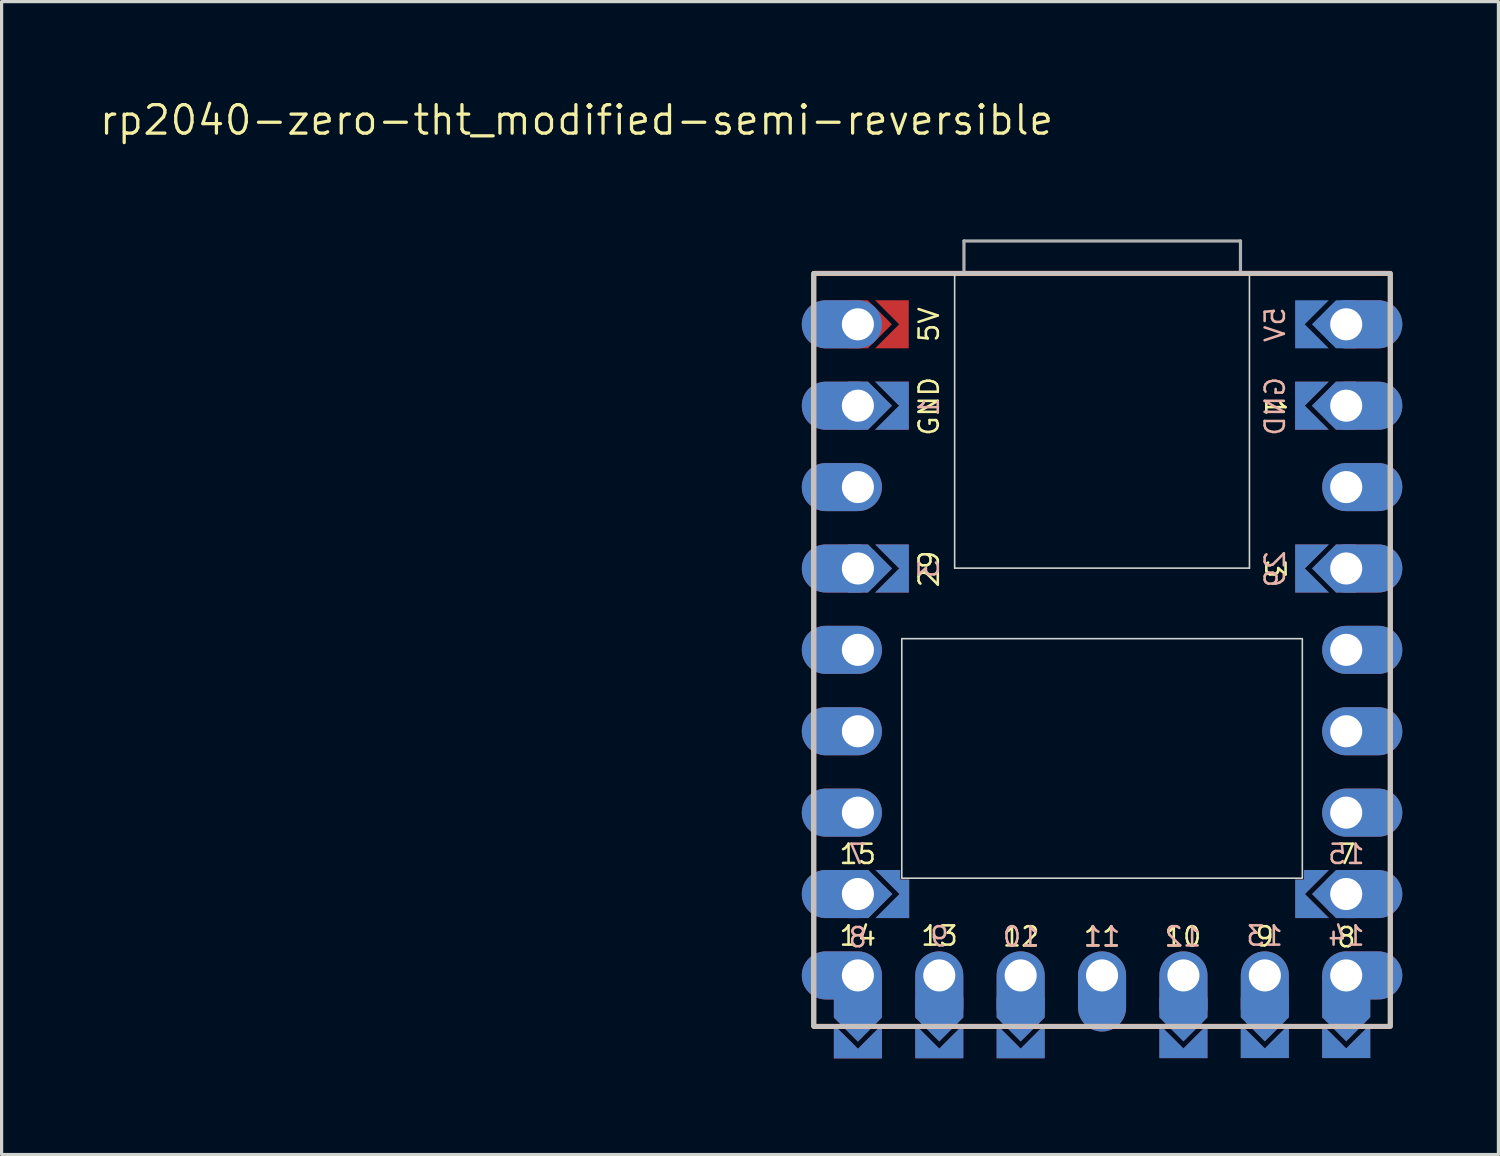
<source format=kicad_pcb>
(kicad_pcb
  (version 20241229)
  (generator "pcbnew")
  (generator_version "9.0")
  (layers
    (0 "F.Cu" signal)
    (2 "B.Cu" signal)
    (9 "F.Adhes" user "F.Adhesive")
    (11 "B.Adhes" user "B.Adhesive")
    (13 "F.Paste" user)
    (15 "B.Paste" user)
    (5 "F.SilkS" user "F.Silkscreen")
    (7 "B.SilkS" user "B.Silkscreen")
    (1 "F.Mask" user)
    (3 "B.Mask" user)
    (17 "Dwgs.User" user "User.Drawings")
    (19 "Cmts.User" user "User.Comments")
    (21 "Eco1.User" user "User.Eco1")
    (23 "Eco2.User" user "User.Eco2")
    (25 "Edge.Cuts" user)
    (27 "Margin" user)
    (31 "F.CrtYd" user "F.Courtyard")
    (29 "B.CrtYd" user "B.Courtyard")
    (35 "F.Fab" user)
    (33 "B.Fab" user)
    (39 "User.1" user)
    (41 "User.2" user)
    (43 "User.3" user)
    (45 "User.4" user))
  (footprint "rp2040-zero-tht_modified-semi-reversible"
    (layer "F.Cu")
    (at 31.343 17.231)
    (property "Reference" "rp2040-zero-tht_modified-semi-reversible" (at -16.399 -16.533 0) (layer "F.SilkS") (effects (font (size 0.889 0.889) (thickness 0.102))))
    (attr smd exclude_from_pos_files)
    (fp_rect (start -8.27 12.6) (end -6.97 11.475) (stroke (width 0.1) (type default)) (fill yes) (layer "F.Mask"))
    (fp_rect (start -7.305 -3.19) (end -6.18 -1.89) (stroke (width 0.1) (type default)) (fill yes) (layer "F.Mask"))
    (fp_rect (start -6.35 8.27) (end -7.295 6.97) (stroke (width 0.1) (type default)) (fill yes) (layer "F.Mask"))
    (fp_rect (start -6.183 -9.51) (end -7.308 -10.81) (stroke (width 0.1) (type default)) (fill yes) (layer "F.Mask"))
    (fp_rect (start -6.183 -6.97) (end -7.308 -8.27) (stroke (width 0.1) (type default)) (fill yes) (layer "F.Mask"))
    (fp_rect (start -5.73 12.595) (end -4.43 11.47) (stroke (width 0.1) (type default)) (fill yes) (layer "F.Mask"))
    (fp_rect (start -3.19 12.595) (end -1.89 11.47) (stroke (width 0.1) (type default)) (fill yes) (layer "F.Mask"))
    (fp_rect (start 1.89 12.592) (end 3.19 11.467) (stroke (width 0.1) (type default)) (fill yes) (layer "F.Mask"))
    (fp_rect (start 4.43 12.59) (end 5.73 11.465) (stroke (width 0.1) (type default)) (fill yes) (layer "F.Mask"))
    (fp_rect (start 6.175 -8.27) (end 7.3 -6.97) (stroke (width 0.1) (type default)) (fill yes) (layer "F.Mask"))
    (fp_rect (start 6.178 -3.19) (end 7.303 -1.89) (stroke (width 0.1) (type default)) (fill yes) (layer "F.Mask"))
    (fp_rect (start 6.35 6.97) (end 7.305 8.27) (stroke (width 0.1) (type default)) (fill yes) (layer "F.Mask"))
    (fp_rect (start 6.97 12.59) (end 8.27 11.465) (stroke (width 0.1) (type default)) (fill yes) (layer "F.Mask"))
    (fp_rect (start -8.27 12.6) (end -6.97 11.475) (stroke (width 0.1) (type default)) (fill yes) (layer "B.Mask"))
    (fp_rect (start -7.305 -3.19) (end -6.18 -1.89) (stroke (width 0.1) (type default)) (fill yes) (layer "B.Mask"))
    (fp_rect (start -6.35 8.27) (end -7.295 6.97) (stroke (width 0.1) (type default)) (fill yes) (layer "B.Mask"))
    (fp_rect (start -6.183 -6.97) (end -7.308 -8.27) (stroke (width 0.1) (type default)) (fill yes) (layer "B.Mask"))
    (fp_rect (start -5.73 12.595) (end -4.43 11.47) (stroke (width 0.1) (type default)) (fill yes) (layer "B.Mask"))
    (fp_rect (start -3.19 12.595) (end -1.89 11.47) (stroke (width 0.1) (type default)) (fill yes) (layer "B.Mask"))
    (fp_rect (start 1.89 12.592) (end 3.19 11.467) (stroke (width 0.1) (type default)) (fill yes) (layer "B.Mask"))
    (fp_rect (start 4.43 12.59) (end 5.73 11.465) (stroke (width 0.1) (type default)) (fill yes) (layer "B.Mask"))
    (fp_rect (start 6.175 -10.81) (end 7.3 -9.51) (stroke (width 0.1) (type default)) (fill yes) (layer "B.Mask"))
    (fp_rect (start 6.175 -8.27) (end 7.3 -6.97) (stroke (width 0.1) (type default)) (fill yes) (layer "B.Mask"))
    (fp_rect (start 6.178 -3.19) (end 7.303 -1.89) (stroke (width 0.1) (type default)) (fill yes) (layer "B.Mask"))
    (fp_rect (start 6.35 6.97) (end 7.305 8.27) (stroke (width 0.1) (type default)) (fill yes) (layer "B.Mask"))
    (fp_rect (start 6.97 12.59) (end 8.27 11.465) (stroke (width 0.1) (type default)) (fill yes) (layer "B.Mask"))
    (fp_rect (start -9 -11.75) (end 8.99 11.75) (stroke (width 0.15) (type default)) (fill no) (layer "F.SilkS"))
    (fp_rect (start -8.99 -11.75) (end 9 11.75) (stroke (width 0.15) (type default)) (fill no) (layer "B.SilkS"))
    (fp_rect (start -9 -11.75) (end 9 11.75) (stroke (width 0.12) (type solid)) (fill no) (layer "Dwgs.User"))
    (fp_line (start -4.6 -11.75) (end -4.6 -2.55) (stroke (width 0.05) (type default)) (layer "Edge.Cuts"))
    (fp_line (start 4.6 -2.55) (end -4.6 -2.55) (stroke (width 0.05) (type default)) (layer "Edge.Cuts"))
    (fp_line (start 4.6 -2.55) (end 4.6 -11.75) (stroke (width 0.05) (type default)) (layer "Edge.Cuts"))
    (fp_rect (start -6.25 -0.35) (end 6.25 7.125) (stroke (width 0.05) (type default)) (fill no) (layer "Edge.Cuts"))
    (fp_line (start -4.31 -12.76) (end -4.31 -11.76) (stroke (width 0.1) (type solid)) (layer "F.Fab"))
    (fp_line (start -4.31 -12.76) (end 4.32 -12.76) (stroke (width 0.1) (type solid)) (layer "F.Fab"))
    (fp_line (start 4.32 -12.76) (end 4.32 -11.76) (stroke (width 0.1) (type solid)) (layer "F.Fab"))
    (fp_text user "5V" (at -5.4 -10.15 90) (layer "F.SilkS") (effects (font (size 0.6 0.6) (thickness 0.08))))
    (fp_text user "3" (at 5.4 -2.525 270) (unlocked yes) (layer "F.SilkS") (effects (font (size 0.6 0.6) (thickness 0.08))))
    (fp_text user "8" (at 7.625 8.975 0) (layer "F.SilkS") (effects (font (size 0.6 0.6) (thickness 0.08))))
    (fp_text user "1" (at 5.4 -7.575 270) (unlocked yes) (layer "F.SilkS") (effects (font (size 0.6 0.6) (thickness 0.08))))
    (fp_text user "12" (at -2.525 8.95 0) (layer "F.SilkS") (effects (font (size 0.6 0.6) (thickness 0.08))))
    (fp_text user "13" (at -5.075 8.925 0) (layer "F.SilkS") (effects (font (size 0.6 0.6) (thickness 0.08))))
    (fp_text user "9" (at 5.075 8.95 0) (layer "F.SilkS") (effects (font (size 0.6 0.6) (thickness 0.08))))
    (fp_text user "GND" (at -5.4 -7.6 90) (layer "F.SilkS") (effects (font (size 0.6 0.6) (thickness 0.08))))
    (fp_text user "15" (at -7.625 6.375 180) (layer "F.SilkS") (effects (font (size 0.6 0.6) (thickness 0.08))))
    (fp_text user "11" (at 0 8.95 0) (layer "F.SilkS") (effects (font (size 0.6 0.6) (thickness 0.08))))
    (fp_text user "10" (at 2.525 8.95 0) (layer "F.SilkS") (effects (font (size 0.6 0.6) (thickness 0.08))))
    (fp_text user "29" (at -5.4 -2.525 90) (layer "F.SilkS") (effects (font (size 0.6 0.6) (thickness 0.08))))
    (fp_text user "14" (at -7.625 8.925 0) (layer "F.SilkS") (effects (font (size 0.6 0.6) (thickness 0.08))))
    (fp_text user "7" (at 7.625 6.375 0) (layer "F.SilkS") (effects (font (size 0.6 0.6) (thickness 0.08))))
    (fp_text user "14" (at 7.625 8.925 0) (layer "B.SilkS") (effects (font (size 0.6 0.6) (thickness 0.08)) (justify mirror)))
    (fp_text user "7" (at -7.625 6.375 0) (layer "B.SilkS") (effects (font (size 0.6 0.6) (thickness 0.08)) (justify mirror)))
    (fp_text user "10" (at -2.525 8.95 0) (layer "B.SilkS") (effects (font (size 0.6 0.6) (thickness 0.08)) (justify mirror)))
    (fp_text user "11" (at 0 8.95 0) (layer "B.SilkS") (effects (font (size 0.6 0.6) (thickness 0.08)) (justify mirror)))
    (fp_text user "15" (at 7.625 6.375 180) (layer "B.SilkS") (effects (font (size 0.6 0.6) (thickness 0.08)) (justify mirror)))
    (fp_text user "5V" (at 5.4 -10.15 270) (layer "B.SilkS") (effects (font (size 0.6 0.6) (thickness 0.08)) (justify mirror)))
    (fp_text user "3" (at -5.4 -2.525 90) (unlocked yes) (layer "B.SilkS") (effects (font (size 0.6 0.6) (thickness 0.08)) (justify mirror)))
    (fp_text user "9" (at -5.075 8.95 0) (layer "B.SilkS") (effects (font (size 0.6 0.6) (thickness 0.08)) (justify mirror)))
    (fp_text user "GND" (at 5.4 -7.6 270) (layer "B.SilkS") (effects (font (size 0.6 0.6) (thickness 0.08)) (justify mirror)))
    (fp_text user "12" (at 2.525 8.95 0) (layer "B.SilkS") (effects (font (size 0.6 0.6) (thickness 0.08)) (justify mirror)))
    (fp_text user "29" (at 5.4 -2.525 270) (layer "B.SilkS") (effects (font (size 0.6 0.6) (thickness 0.08)) (justify mirror)))
    (fp_text user "8" (at -7.625 8.975 0) (layer "B.SilkS") (effects (font (size 0.6 0.6) (thickness 0.08)) (justify mirror)))
    (fp_text user "1" (at -5.4 -7.575 90) (unlocked yes) (layer "B.SilkS") (effects (font (size 0.6 0.6) (thickness 0.08)) (justify mirror)))
    (fp_text user "13" (at 5.075 8.925 0) (layer "B.SilkS") (effects (font (size 0.6 0.6) (thickness 0.08)) (justify mirror)))
    (pad "" thru_hole oval (at -7.62 -10.16) (size 2.5 1.5) (drill 1 (offset -0.5 0)) (layers "*.Cu" "*.Mask"))
    (pad "" thru_hole oval (at -7.62 -7.62) (size 2.5 1.5) (drill 1 (offset -0.5 0)) (layers "*.Cu" "*.Mask"))
    (pad "" thru_hole oval (at -7.62 -5.08) (size 2.5 1.5) (drill 1 (offset -0.5 0)) (layers "*.Cu" "*.Mask"))
    (pad "" thru_hole oval (at -7.62 -2.54) (size 2.5 1.5) (drill 1 (offset -0.5 0)) (layers "*.Cu" "*.Mask"))
    (pad "" thru_hole oval (at -7.62 0) (size 2.5 1.5) (drill 1 (offset -0.5 0)) (layers "*.Cu" "*.Mask"))
    (pad "" thru_hole oval (at -7.62 2.54) (size 2.5 1.5) (drill 1 (offset -0.5 0)) (layers "*.Cu" "*.Mask"))
    (pad "" thru_hole oval (at -7.62 5.08) (size 2.5 1.5) (drill 1 (offset -0.5 0)) (layers "*.Cu" "*.Mask"))
    (pad "" thru_hole oval (at -7.62 7.62) (size 2.5 1.5) (drill 1 (offset -0.5 0)) (layers "*.Cu" "*.Mask"))
    (pad "" thru_hole oval (at -7.62 10.16) (size 2.5 1.5) (drill 1 (offset -0.5 0)) (layers "*.Cu" "*.Mask"))
    (pad "" smd custom (at -7.62 11.675) (size 0.1 0.1) (layers "F.Cu" "F.Mask") (options (anchor rect)) (primitives (gr_poly (pts (xy 0.75 -0.2) (xy 0 0.55) (xy -0.75 -0.2) (xy -0.75 -1.515) (xy 0.75 -1.515)) (width 0) (fill yes))))
    (pad "" smd custom (at -7.62 11.675) (size 0.1 0.1) (layers "B.Cu" "B.Mask") (options (anchor rect)) (primitives (gr_poly (pts (xy -0.75 -0.2) (xy 0 0.55) (xy 0.75 -0.2) (xy 0.75 -1.515) (xy -0.75 -1.515)) (width 0) (fill yes))))
    (pad "" smd custom (at -7.107 -10.16 90) (size 0.1 0.1) (layers "F.Cu" "F.Mask") (options (anchor rect)) (primitives (gr_poly (pts (xy 0.75 -0.2) (xy 0 0.55) (xy -0.75 -0.2) (xy -0.75 -0.825) (xy 0.75 -0.825)) (width 0) (fill yes))))
    (pad "" smd custom (at -7.107 -7.62 90) (size 0.1 0.1) (layers "F.Cu" "F.Mask") (options (anchor rect)) (primitives (gr_poly (pts (xy 0.75 -0.2) (xy 0 0.55) (xy -0.75 -0.2) (xy -0.75 -0.825) (xy 0.75 -0.825)) (width 0) (fill yes))))
    (pad "" smd custom (at -7.107 -7.62 90) (size 0.1 0.1) (layers "B.Cu" "B.Mask") (options (anchor rect)) (primitives (gr_poly (pts (xy -0.75 -0.2) (xy 0 0.55) (xy 0.75 -0.2) (xy 0.75 -0.825) (xy -0.75 -0.825)) (width 0) (fill yes))))
    (pad "" smd custom (at -7.105 -2.54 90) (size 0.1 0.1) (layers "F.Cu" "F.Mask") (options (anchor rect)) (primitives (gr_poly (pts (xy 0.75 -0.2) (xy 0 0.55) (xy -0.75 -0.2) (xy -0.75 -0.825) (xy 0.75 -0.825)) (width 0) (fill yes))))
    (pad "" smd custom (at -7.105 -2.54 90) (size 0.1 0.1) (layers "B.Cu" "B.Mask") (options (anchor rect)) (primitives (gr_poly (pts (xy -0.75 -0.2) (xy 0 0.55) (xy 0.75 -0.2) (xy 0.75 -0.825) (xy -0.75 -0.825)) (width 0) (fill yes))))
    (pad "" smd custom (at -7.095 7.62 90) (size 0.1 0.1) (layers "F.Cu" "F.Mask") (options (anchor rect)) (primitives (gr_poly (pts (xy 0.75 -0.2) (xy 0 0.55) (xy -0.75 -0.2) (xy -0.75 -0.825) (xy 0.75 -0.825)) (width 0) (fill yes))))
    (pad "" smd custom (at -7.095 7.62 90) (size 0.1 0.1) (layers "B.Cu" "B.Mask") (options (anchor rect)) (primitives (gr_poly (pts (xy -0.75 -0.2) (xy 0 0.55) (xy 0.75 -0.2) (xy 0.75 -0.825) (xy -0.75 -0.825)) (width 0) (fill yes))))
    (pad "" thru_hole oval (at -5.08 10.16 90) (size 2.5 1.5) (drill 1 (offset -0.5 0)) (layers "*.Cu" "*.Mask"))
    (pad "" smd custom (at -5.08 11.67) (size 0.1 0.1) (layers "F.Cu" "F.Mask") (options (anchor rect)) (primitives (gr_poly (pts (xy 0.75 -0.2) (xy 0 0.55) (xy -0.75 -0.2) (xy -0.75 -0.825) (xy 0.75 -0.825)) (width 0) (fill yes))))
    (pad "" smd custom (at -5.08 11.67) (size 0.1 0.1) (layers "B.Cu" "B.Mask") (options (anchor rect)) (primitives (gr_poly (pts (xy -0.75 -0.2) (xy 0 0.55) (xy 0.75 -0.2) (xy 0.75 -0.825) (xy -0.75 -0.825)) (width 0) (fill yes))))
    (pad "" thru_hole oval (at -2.54 10.16 90) (size 2.5 1.5) (drill 1 (offset -0.5 0)) (layers "*.Cu" "*.Mask"))
    (pad "" smd custom (at -2.54 11.67) (size 0.1 0.1) (layers "F.Cu" "F.Mask") (options (anchor rect)) (primitives (gr_poly (pts (xy 0.75 -0.2) (xy 0 0.55) (xy -0.75 -0.2) (xy -0.75 -0.825) (xy 0.75 -0.825)) (width 0) (fill yes))))
    (pad "" smd custom (at -2.54 11.67) (size 0.1 0.1) (layers "B.Cu" "B.Mask") (options (anchor rect)) (primitives (gr_poly (pts (xy -0.75 -0.2) (xy 0 0.55) (xy 0.75 -0.2) (xy 0.75 -0.825) (xy -0.75 -0.825)) (width 0) (fill yes))))
    (pad "" thru_hole oval (at 2.54 10.16 90) (size 2.5 1.5) (drill 1 (offset -0.5 0)) (layers "*.Cu" "*.Mask"))
    (pad "" smd custom (at 2.54 11.668) (size 0.1 0.1) (layers "F.Cu" "F.Mask") (options (anchor rect)) (primitives (gr_poly (pts (xy 0.75 -0.2) (xy 0 0.55) (xy -0.75 -0.2) (xy -0.75 -0.825) (xy 0.75 -0.825)) (width 0) (fill yes))))
    (pad "" smd custom (at 2.54 11.668) (size 0.1 0.1) (layers "B.Cu" "B.Mask") (options (anchor rect)) (primitives (gr_poly (pts (xy -0.75 -0.2) (xy 0 0.55) (xy 0.75 -0.2) (xy 0.75 -0.825) (xy -0.75 -0.825)) (width 0) (fill yes))))
    (pad "" thru_hole oval (at 5.08 10.16 90) (size 2.5 1.5) (drill 1 (offset -0.5 0)) (layers "*.Cu" "*.Mask"))
    (pad "" smd custom (at 5.08 11.665) (size 0.1 0.1) (layers "F.Cu" "F.Mask") (options (anchor rect)) (primitives (gr_poly (pts (xy 0.75 -0.2) (xy 0 0.55) (xy -0.75 -0.2) (xy -0.75 -0.825) (xy 0.75 -0.825)) (width 0) (fill yes))))
    (pad "" smd custom (at 5.08 11.665) (size 0.1 0.1) (layers "B.Cu" "B.Mask") (options (anchor rect)) (primitives (gr_poly (pts (xy -0.75 -0.2) (xy 0 0.55) (xy 0.75 -0.2) (xy 0.75 -0.825) (xy -0.75 -0.825)) (width 0) (fill yes))))
    (pad "" smd custom (at 7.1 -10.16 270) (size 0.1 0.1) (layers "B.Cu" "B.Mask") (options (anchor rect)) (primitives (gr_poly (pts (xy -0.75 -0.2) (xy 0 0.55) (xy 0.75 -0.2) (xy 0.75 -0.825) (xy -0.75 -0.825)) (width 0) (fill yes))))
    (pad "" smd custom (at 7.1 -7.62 270) (size 0.1 0.1) (layers "F.Cu" "F.Mask") (options (anchor rect)) (primitives (gr_poly (pts (xy 0.75 -0.2) (xy 0 0.55) (xy -0.75 -0.2) (xy -0.75 -0.825) (xy 0.75 -0.825)) (width 0) (fill yes))))
    (pad "" smd custom (at 7.1 -7.62 270) (size 0.1 0.1) (layers "B.Cu" "B.Mask") (options (anchor rect)) (primitives (gr_poly (pts (xy -0.75 -0.2) (xy 0 0.55) (xy 0.75 -0.2) (xy 0.75 -0.825) (xy -0.75 -0.825)) (width 0) (fill yes))))
    (pad "" smd custom (at 7.103 -2.54 270) (size 0.1 0.1) (layers "F.Cu" "F.Mask") (options (anchor rect)) (primitives (gr_poly (pts (xy 0.75 -0.2) (xy 0 0.55) (xy -0.75 -0.2) (xy -0.75 -0.825) (xy 0.75 -0.825)) (width 0) (fill yes))))
    (pad "" smd custom (at 7.103 -2.54 270) (size 0.1 0.1) (layers "B.Cu" "B.Mask") (options (anchor rect)) (primitives (gr_poly (pts (xy -0.75 -0.2) (xy 0 0.55) (xy 0.75 -0.2) (xy 0.75 -0.825) (xy -0.75 -0.825)) (width 0) (fill yes))))
    (pad "" smd custom (at 7.105 7.62 270) (size 0.1 0.1) (layers "F.Cu" "F.Mask") (options (anchor rect)) (primitives (gr_poly (pts (xy 0.75 -0.2) (xy 0 0.55) (xy -0.75 -0.2) (xy -0.75 -0.825) (xy 0.75 -0.825)) (width 0) (fill yes))))
    (pad "" smd custom (at 7.105 7.62 270) (size 0.1 0.1) (layers "B.Cu" "B.Mask") (options (anchor rect)) (primitives (gr_poly (pts (xy -0.75 -0.2) (xy 0 0.55) (xy 0.75 -0.2) (xy 0.75 -0.825) (xy -0.75 -0.825)) (width 0) (fill yes))))
    (pad "" thru_hole oval (at 7.62 -10.16) (size 2.5 1.5) (drill 1 (offset 0.5 0)) (layers "*.Cu" "*.Mask"))
    (pad "" thru_hole oval (at 7.62 -7.62) (size 2.5 1.5) (drill 1 (offset 0.5 0)) (layers "*.Cu" "*.Mask"))
    (pad "" thru_hole oval (at 7.62 -5.08) (size 2.5 1.5) (drill 1 (offset 0.5 0)) (layers "*.Cu" "*.Mask"))
    (pad "" thru_hole oval (at 7.62 -2.54) (size 2.5 1.5) (drill 1 (offset 0.5 0)) (layers "*.Cu" "*.Mask"))
    (pad "" thru_hole oval (at 7.62 0 180) (size 2.5 1.5) (drill 1 (offset -0.5 0)) (layers "*.Cu" "*.Mask"))
    (pad "" thru_hole oval (at 7.62 2.54 180) (size 2.5 1.5) (drill 1 (offset -0.5 0)) (layers "*.Cu" "*.Mask"))
    (pad "" thru_hole oval (at 7.62 5.08 180) (size 2.5 1.5) (drill 1 (offset -0.5 0)) (layers "*.Cu" "*.Mask"))
    (pad "" thru_hole oval (at 7.62 7.62 180) (size 2.5 1.5) (drill 1 (offset -0.5 0)) (layers "*.Cu" "*.Mask"))
    (pad "" thru_hole oval (at 7.62 10.16 180) (size 2.5 1.5) (drill 1 (offset -0.5 0)) (layers "*.Cu" "*.Mask"))
    (pad "" smd custom (at 7.62 11.665) (size 0.1 0.1) (layers "F.Cu" "F.Mask") (options (anchor rect)) (primitives (gr_poly (pts (xy 0.75 -0.2) (xy 0 0.55) (xy -0.75 -0.2) (xy -0.75 -1.505) (xy 0.75 -1.505)) (width 0) (fill yes))))
    (pad "" smd custom (at 7.62 11.665) (size 0.1 0.1) (layers "B.Cu" "B.Mask") (options (anchor rect)) (primitives (gr_poly (pts (xy -0.75 -0.2) (xy 0 0.55) (xy 0.75 -0.2) (xy 0.75 -1.505) (xy -0.75 -1.505)) (width 0) (fill yes))))
    (pad "2" smd custom (at -6.183 -7.62 90) (size 1.5 0.3) (layers "B.Cu" "B.Mask") (options (anchor rect)) (primitives (gr_poly (pts (xy -0.75 0.1) (xy 0.75 0.1) (xy 0.75 -0.9) (xy 0 -0.15) (xy -0.75 -0.9)) (width 0) (fill yes))))
    (pad "2" smd custom (at 6.175 -7.62 270) (size 1.5 0.3) (layers "F.Cu" "F.Mask") (options (anchor rect)) (primitives (gr_poly (pts (xy 0.75 0.1) (xy -0.75 0.1) (xy -0.75 -0.9) (xy 0 -0.15) (xy 0.75 -0.9)) (width 0) (fill yes))))
    (pad "4" smd custom (at -6.18 -2.54 90) (size 1.5 0.3) (layers "B.Cu" "B.Mask") (options (anchor rect)) (primitives (gr_poly (pts (xy -0.75 0.1) (xy 0.75 0.1) (xy 0.75 -0.9) (xy 0 -0.15) (xy -0.75 -0.9)) (width 0) (fill yes))))
    (pad "4" smd custom (at 6.178 -2.54 270) (size 1.5 0.3) (layers "F.Cu" "F.Mask") (options (anchor rect)) (primitives (gr_poly (pts (xy 0.75 0.1) (xy -0.75 0.1) (xy -0.75 -0.9) (xy 0 -0.15) (xy 0.75 -0.9)) (width 0) (fill yes))))
    (pad "8" smd custom (at -6.17 7.77 90) (size 1.2 0.3) (layers "B.Cu" "B.Mask") (options (anchor rect)) (primitives (gr_poly (pts (xy -0.6 0.1) (xy 0.6 0.1) (xy 0.6 -0.13) (xy 0.9 -0.13) (xy 0.9 -0.9) (xy 0.15 -0.15) (xy -0.6 -0.9)) (width 0) (fill yes))))
    (pad "8" smd custom (at 6.18 7.77 270) (size 1.2 0.3) (layers "F.Cu" "F.Mask") (options (anchor rect)) (primitives (gr_poly (pts (xy 0.6 0.1) (xy -0.6 0.1) (xy -0.6 -0.12) (xy -0.9 -0.12) (xy -0.9 -0.9) (xy -0.15 -0.15) (xy 0.6 -0.9)) (width 0) (fill yes))))
    (pad "9" smd custom (at -7.62 12.6) (size 1.5 0.3) (layers "B.Cu" "B.Mask") (options (anchor rect)) (primitives (gr_poly (pts (xy -0.75 0.1) (xy 0.75 0.1) (xy 0.75 -0.9) (xy 0 -0.15) (xy -0.75 -0.9)) (width 0) (fill yes))))
    (pad "9" smd custom (at 7.62 12.59) (size 1.5 0.3) (layers "F.Cu" "F.Mask") (options (anchor rect)) (primitives (gr_poly (pts (xy 0.75 0.1) (xy -0.75 0.1) (xy -0.75 -0.9) (xy 0 -0.15) (xy 0.75 -0.9)) (width 0) (fill yes))))
    (pad "10" smd custom (at -5.08 12.595) (size 1.5 0.3) (layers "B.Cu" "B.Mask") (options (anchor rect)) (primitives (gr_poly (pts (xy -0.75 0.1) (xy 0.75 0.1) (xy 0.75 -0.9) (xy 0 -0.15) (xy -0.75 -0.9)) (width 0) (fill yes))))
    (pad "10" smd custom (at 5.08 12.59) (size 1.5 0.3) (layers "F.Cu" "F.Mask") (options (anchor rect)) (primitives (gr_poly (pts (xy 0.75 0.1) (xy -0.75 0.1) (xy -0.75 -0.9) (xy 0 -0.15) (xy 0.75 -0.9)) (width 0) (fill yes))))
    (pad "11" smd custom (at -2.54 12.595) (size 1.5 0.3) (layers "B.Cu" "B.Mask") (options (anchor rect)) (primitives (gr_poly (pts (xy -0.75 0.1) (xy 0.75 0.1) (xy 0.75 -0.9) (xy 0 -0.15) (xy -0.75 -0.9)) (width 0) (fill yes))))
    (pad "11" smd custom (at 2.54 12.592) (size 1.5 0.3) (layers "F.Cu" "F.Mask") (options (anchor rect)) (primitives (gr_poly (pts (xy 0.75 0.1) (xy -0.75 0.1) (xy -0.75 -0.9) (xy 0 -0.15) (xy 0.75 -0.9)) (width 0) (fill yes))))
    (pad "12" thru_hole oval (at 0 10.16 90) (size 2.5 1.5) (drill 1 (offset -0.5 0)) (layers "*.Cu" "*.Mask"))
    (pad "13" smd custom (at -2.54 12.595) (size 1.5 0.3) (layers "F.Cu" "F.Mask") (options (anchor rect)) (primitives (gr_poly (pts (xy 0.75 0.1) (xy -0.75 0.1) (xy -0.75 -0.9) (xy 0 -0.15) (xy 0.75 -0.9)) (width 0) (fill yes))))
    (pad "13" smd custom (at 2.54 12.592) (size 1.5 0.3) (layers "B.Cu" "B.Mask") (options (anchor rect)) (primitives (gr_poly (pts (xy -0.75 0.1) (xy 0.75 0.1) (xy 0.75 -0.9) (xy 0 -0.15) (xy -0.75 -0.9)) (width 0) (fill yes))))
    (pad "14" smd custom (at -5.08 12.595) (size 1.5 0.3) (layers "F.Cu" "F.Mask") (options (anchor rect)) (primitives (gr_poly (pts (xy 0.75 0.1) (xy -0.75 0.1) (xy -0.75 -0.9) (xy 0 -0.15) (xy 0.75 -0.9)) (width 0) (fill yes))))
    (pad "14" smd custom (at 5.08 12.59) (size 1.5 0.3) (layers "B.Cu" "B.Mask") (options (anchor rect)) (primitives (gr_poly (pts (xy -0.75 0.1) (xy 0.75 0.1) (xy 0.75 -0.9) (xy 0 -0.15) (xy -0.75 -0.9)) (width 0) (fill yes))))
    (pad "15" smd custom (at -7.62 12.6) (size 1.5 0.3) (layers "F.Cu" "F.Mask") (options (anchor rect)) (primitives (gr_poly (pts (xy 0.75 0.1) (xy -0.75 0.1) (xy -0.75 -0.9) (xy 0 -0.15) (xy 0.75 -0.9)) (width 0) (fill yes))))
    (pad "15" smd custom (at 7.62 12.59) (size 1.5 0.3) (layers "B.Cu" "B.Mask") (options (anchor rect)) (primitives (gr_poly (pts (xy -0.75 0.1) (xy 0.75 0.1) (xy 0.75 -0.9) (xy 0 -0.15) (xy -0.75 -0.9)) (width 0) (fill yes))))
    (pad "16" smd custom (at -6.17 7.77 90) (size 1.2 0.3) (layers "F.Cu" "F.Mask") (options (anchor rect)) (primitives (gr_poly (pts (xy 0.9 -0.13) (xy 0.6 -0.13) (xy 0.6 0.1) (xy -0.6 0.1) (xy -0.6 -0.9) (xy 0.15 -0.15) (xy 0.9 -0.9)) (width 0) (fill yes))))
    (pad "16" smd custom (at 6.18 7.77 270) (size 1.2 0.3) (layers "B.Cu" "B.Mask") (options (anchor rect)) (primitives (gr_poly (pts (xy -0.9 -0.12) (xy -0.6 -0.12) (xy -0.6 0.1) (xy 0.6 0.1) (xy 0.6 -0.9) (xy -0.15 -0.15) (xy -0.9 -0.9)) (width 0) (fill yes))))
    (pad "20" smd custom (at -6.18 -2.54 90) (size 1.5 0.3) (layers "F.Cu" "F.Mask") (options (anchor rect)) (primitives (gr_poly (pts (xy 0.75 0.1) (xy -0.75 0.1) (xy -0.75 -0.9) (xy 0 -0.15) (xy 0.75 -0.9)) (width 0) (fill yes))))
    (pad "20" smd custom (at 6.178 -2.54 270) (size 1.5 0.3) (layers "B.Cu" "B.Mask") (options (anchor rect)) (primitives (gr_poly (pts (xy -0.75 0.1) (xy 0.75 0.1) (xy 0.75 -0.9) (xy 0 -0.15) (xy -0.75 -0.9)) (width 0) (fill yes))))
    (pad "22" smd custom (at -6.183 -7.62 90) (size 1.5 0.3) (layers "F.Cu" "F.Mask") (options (anchor rect)) (primitives (gr_poly (pts (xy 0.75 0.1) (xy -0.75 0.1) (xy -0.75 -0.9) (xy 0 -0.15) (xy 0.75 -0.9)) (width 0) (fill yes))))
    (pad "22" smd custom (at 6.175 -7.62 270) (size 1.5 0.3) (layers "B.Cu" "B.Mask") (options (anchor rect)) (primitives (gr_poly (pts (xy -0.75 0.1) (xy 0.75 0.1) (xy 0.75 -0.9) (xy 0 -0.15) (xy -0.75 -0.9)) (width 0) (fill yes))))
    (pad "23" smd custom (at -6.183 -10.16 90) (size 1.5 0.3) (layers "F.Cu" "F.Mask") (options (anchor rect)) (primitives (gr_poly (pts (xy 0.75 0.1) (xy -0.75 0.1) (xy -0.75 -0.9) (xy 0 -0.15) (xy 0.75 -0.9)) (width 0) (fill yes))))
    (pad "23" smd custom (at 6.175 -10.16 270) (size 1.5 0.3) (layers "B.Cu" "B.Mask") (options (anchor rect)) (primitives (gr_poly (pts (xy -0.75 0.1) (xy 0.75 0.1) (xy 0.75 -0.9) (xy 0 -0.15) (xy -0.75 -0.9)) (width 0) (fill yes)))))
  (gr_rect
    (start -3 -3)
    (end 43.713 32.981)
    (stroke (width 0.1) (type default))
    (fill no)
    (layer "Edge.Cuts")))
</source>
